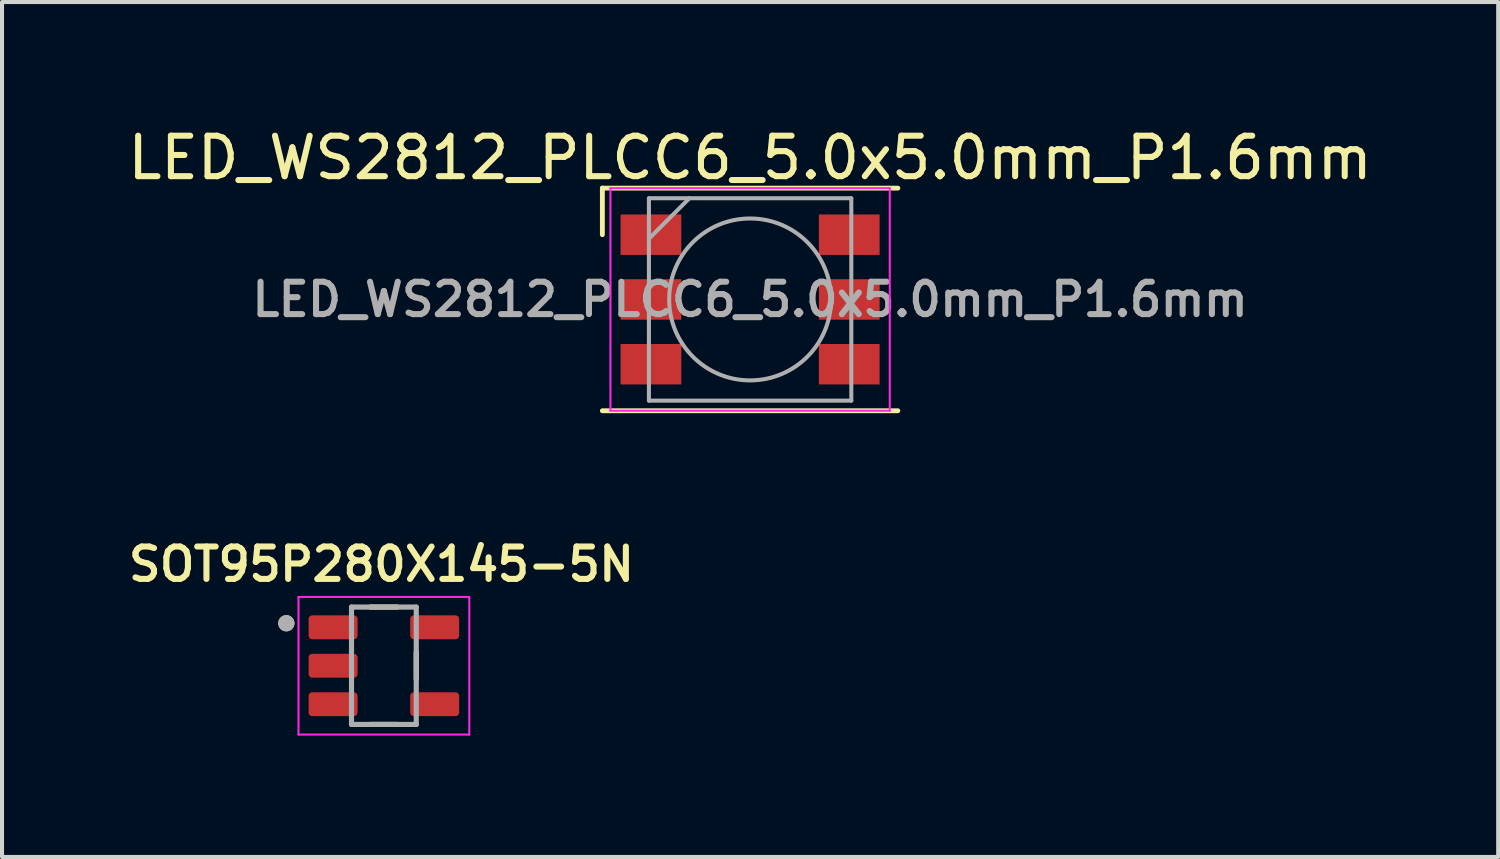
<source format=kicad_pcb>
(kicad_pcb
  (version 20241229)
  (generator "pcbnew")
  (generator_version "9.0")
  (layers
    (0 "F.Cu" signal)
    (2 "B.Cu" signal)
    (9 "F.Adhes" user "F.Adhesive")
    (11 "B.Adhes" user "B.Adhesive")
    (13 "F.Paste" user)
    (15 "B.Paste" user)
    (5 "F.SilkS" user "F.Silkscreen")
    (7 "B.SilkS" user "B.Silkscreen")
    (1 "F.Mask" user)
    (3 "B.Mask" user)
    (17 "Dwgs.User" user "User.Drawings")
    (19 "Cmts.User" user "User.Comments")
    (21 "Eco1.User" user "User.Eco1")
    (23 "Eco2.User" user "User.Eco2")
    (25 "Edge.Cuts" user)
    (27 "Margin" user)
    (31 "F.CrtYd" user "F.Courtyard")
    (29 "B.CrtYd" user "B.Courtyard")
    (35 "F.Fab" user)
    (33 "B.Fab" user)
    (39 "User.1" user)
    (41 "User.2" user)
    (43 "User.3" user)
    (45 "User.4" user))
  (footprint "LED_WS2812_PLCC6_5.0x5.0mm_P1.6mm"
    (layer "F.Cu")
    (at 15.482 4.348)
    (property "Reference" "LED_WS2812_PLCC6_5.0x5.0mm_P1.6mm" (at 0 -3.5 0) (layer "F.SilkS") (effects (font (size 1 1) (thickness 0.15))))
    (attr smd)
    (fp_line (start -3.65 -2.75) (end 3.65 -2.75) (stroke (width 0.12) (type solid)) (layer "F.SilkS"))
    (fp_line (start -3.65 -1.6) (end -3.65 -2.75) (stroke (width 0.12) (type solid)) (layer "F.SilkS"))
    (fp_line (start -3.65 2.75) (end 3.65 2.75) (stroke (width 0.12) (type solid)) (layer "F.SilkS"))
    (fp_line (start -3.45 -2.75) (end -3.45 2.75) (stroke (width 0.05) (type solid)) (layer "F.CrtYd"))
    (fp_line (start -3.45 2.75) (end 3.45 2.75) (stroke (width 0.05) (type solid)) (layer "F.CrtYd"))
    (fp_line (start 3.45 -2.75) (end -3.45 -2.75) (stroke (width 0.05) (type solid)) (layer "F.CrtYd"))
    (fp_line (start 3.45 2.75) (end 3.45 -2.75) (stroke (width 0.05) (type solid)) (layer "F.CrtYd"))
    (fp_line (start -2.5 -2.5) (end 2.5 -2.5) (stroke (width 0.1) (type solid)) (layer "F.Fab"))
    (fp_line (start -2.5 -1.5) (end -1.5 -2.5) (stroke (width 0.1) (type solid)) (layer "F.Fab"))
    (fp_line (start -2.5 2.5) (end -2.5 -2.5) (stroke (width 0.1) (type solid)) (layer "F.Fab"))
    (fp_line (start 2.5 -2.5) (end 2.5 2.5) (stroke (width 0.1) (type solid)) (layer "F.Fab"))
    (fp_line (start 2.5 2.5) (end -2.5 2.5) (stroke (width 0.1) (type solid)) (layer "F.Fab"))
    (fp_circle (center 0 0) (end 0 -2) (stroke (width 0.1) (type solid)) (fill no) (layer "F.Fab"))
    (fp_text user "${REFERENCE}" (at 0 0 0) (layer "F.Fab") (effects (font (size 0.8 0.8) (thickness 0.15))))
    (pad "1" smd rect (at -2.45 -1.6) (size 1.5 1) (layers "F.Cu" "F.Mask" "F.Paste"))
    (pad "2" smd rect (at -2.45 0) (size 1.5 1) (layers "F.Cu" "F.Mask" "F.Paste"))
    (pad "3" smd rect (at -2.45 1.6) (size 1.5 1) (layers "F.Cu" "F.Mask" "F.Paste"))
    (pad "4" smd rect (at 2.45 1.6) (size 1.5 1) (layers "F.Cu" "F.Mask" "F.Paste"))
    (pad "5" smd rect (at 2.45 0) (size 1.5 1) (layers "F.Cu" "F.Mask" "F.Paste"))
    (pad "6" smd rect (at 2.45 -1.6) (size 1.5 1) (layers "F.Cu" "F.Mask" "F.Paste")))
  (footprint "SOT95P280X145-5N"
    (layer "F.Cu")
    (at 6.434 13.398)
    (property "Reference" "SOT95P280X145-5N" (at -0.06 -2.508 0) (layer "F.SilkS") (effects (font (size 0.8 0.8) (thickness 0.15))))
    (attr through_hole)
    (fp_line (start -0.33 -1.45) (end 0.33 -1.45) (stroke (width 0.127) (type solid)) (layer "F.SilkS"))
    (fp_line (start 0.33 1.45) (end -0.33 1.45) (stroke (width 0.127) (type solid)) (layer "F.SilkS"))
    (fp_line (start 0.8 -0.335) (end 0.8 0.335) (stroke (width 0.127) (type solid)) (layer "F.SilkS"))
    (fp_circle (center -2.41 -1.05) (end -2.31 -1.05) (stroke (width 0.2) (type solid)) (fill no) (layer "F.SilkS"))
    (fp_line (start -2.11 -1.7) (end 2.11 -1.7) (stroke (width 0.05) (type solid)) (layer "F.CrtYd"))
    (fp_line (start -2.11 1.7) (end -2.11 -1.7) (stroke (width 0.05) (type solid)) (layer "F.CrtYd"))
    (fp_line (start 2.11 -1.7) (end 2.11 1.7) (stroke (width 0.05) (type solid)) (layer "F.CrtYd"))
    (fp_line (start 2.11 1.7) (end -2.11 1.7) (stroke (width 0.05) (type solid)) (layer "F.CrtYd"))
    (fp_line (start -0.8 -1.45) (end 0.8 -1.45) (stroke (width 0.127) (type solid)) (layer "F.Fab"))
    (fp_line (start -0.8 1.45) (end -0.8 -1.45) (stroke (width 0.127) (type solid)) (layer "F.Fab"))
    (fp_line (start 0.8 -1.45) (end 0.8 1.45) (stroke (width 0.127) (type solid)) (layer "F.Fab"))
    (fp_line (start 0.8 1.45) (end -0.8 1.45) (stroke (width 0.127) (type solid)) (layer "F.Fab"))
    (fp_circle (center -2.41 -1.05) (end -2.31 -1.05) (stroke (width 0.2) (type solid)) (fill no) (layer "F.Fab"))
    (pad "1" smd roundrect (at -1.255 -0.95) (size 1.21 0.59) (layers "F.Cu" "F.Mask" "F.Paste") (roundrect_rratio 0.15))
    (pad "2" smd roundrect (at -1.255 0) (size 1.21 0.59) (layers "F.Cu" "F.Mask" "F.Paste") (roundrect_rratio 0.15))
    (pad "3" smd roundrect (at -1.255 0.95) (size 1.21 0.59) (layers "F.Cu" "F.Mask" "F.Paste") (roundrect_rratio 0.15))
    (pad "4" smd roundrect (at 1.255 0.95) (size 1.21 0.59) (layers "F.Cu" "F.Mask" "F.Paste") (roundrect_rratio 0.15))
    (pad "5" smd roundrect (at 1.255 -0.95) (size 1.21 0.59) (layers "F.Cu" "F.Mask" "F.Paste") (roundrect_rratio 0.15)))
  (gr_rect
    (start -3 -3)
    (end 33.964 18.122)
    (stroke (width 0.1) (type default))
    (fill no)
    (layer "Edge.Cuts")))
</source>
